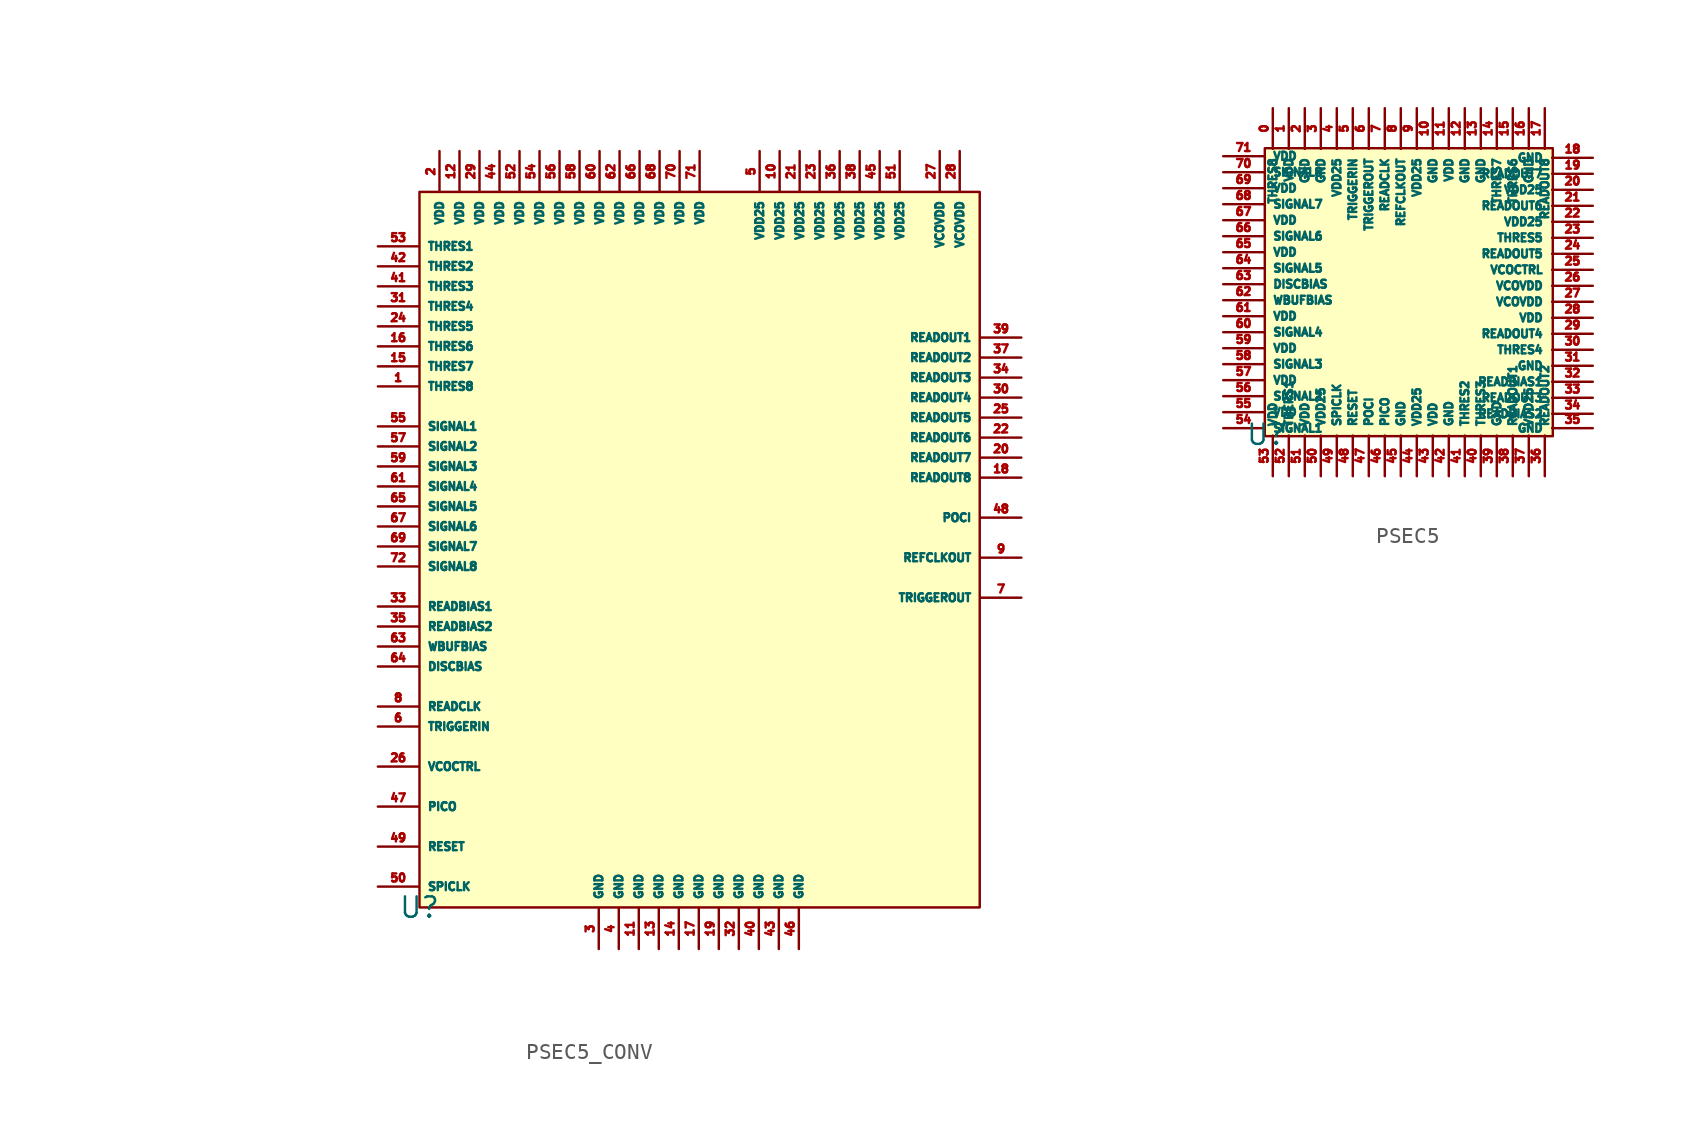
<source format=kicad_sym>
(kicad_symbol_lib
  (version 20220914)
  (generator kicad_symbol_editor)
  (symbol "PSEC5_CONV"
    (property "Reference" "U"
      (at 0 0 0)
      (effects (font (size 1.27 1.27))))
    (property "Value" ""
      (at -16.5 36.1 0)
      (effects (font (size 1.27 1.27))))
    (symbol "PSEC5_CONV_1_1"
      (rectangle (start 0 44.7) (end 35 0) (stroke (width 0) (type default)) (fill (type background)))
      (pin input line (at -2.6 32.55 0) (length 2.54) (name "THRES8" (effects (font (size 0.5 0.5)))) (number "1" (effects (font (size 0.5 0.5)))))
      (pin power_in line (at 22.5 47.25 270) (length 2.54) (name "VDD25" (effects (font (size 0.5 0.5)))) (number "10" (effects (font (size 0.5 0.5)))))
      (pin power_in line (at 13.7 -2.6 90) (length 2.54) (name "GND" (effects (font (size 0.5 0.5)))) (number "11" (effects (font (size 0.5 0.5)))))
      (pin power_in line (at 2.5 47.25 270) (length 2.54) (name "VDD" (effects (font (size 0.5 0.5)))) (number "12" (effects (font (size 0.5 0.5)))))
      (pin power_in line (at 14.95 -2.6 90) (length 2.54) (name "GND" (effects (font (size 0.5 0.5)))) (number "13" (effects (font (size 0.5 0.5)))))
      (pin power_in line (at 16.2 -2.6 90) (length 2.54) (name "GND" (effects (font (size 0.5 0.5)))) (number "14" (effects (font (size 0.5 0.5)))))
      (pin input line (at -2.6 33.8 0) (length 2.54) (name "THRES7" (effects (font (size 0.5 0.5)))) (number "15" (effects (font (size 0.5 0.5)))))
      (pin input line (at -2.6 35.05 0) (length 2.54) (name "THRES6" (effects (font (size 0.5 0.5)))) (number "16" (effects (font (size 0.5 0.5)))))
      (pin power_in line (at 17.45 -2.6 90) (length 2.54) (name "GND" (effects (font (size 0.5 0.5)))) (number "17" (effects (font (size 0.5 0.5)))))
      (pin output line (at 37.6 26.85 180) (length 2.54) (name "READOUT8" (effects (font (size 0.5 0.5)))) (number "18" (effects (font (size 0.5 0.5)))))
      (pin power_in line (at 18.7 -2.6 90) (length 2.54) (name "GND" (effects (font (size 0.5 0.5)))) (number "19" (effects (font (size 0.5 0.5)))))
      (pin power_in line (at 1.25 47.25 270) (length 2.54) (name "VDD" (effects (font (size 0.5 0.5)))) (number "2" (effects (font (size 0.5 0.5)))))
      (pin output line (at 37.6 28.1 180) (length 2.54) (name "READOUT7" (effects (font (size 0.5 0.5)))) (number "20" (effects (font (size 0.5 0.5)))))
      (pin power_in line (at 23.75 47.25 270) (length 2.54) (name "VDD25" (effects (font (size 0.5 0.5)))) (number "21" (effects (font (size 0.5 0.5)))))
      (pin output line (at 37.6 29.35 180) (length 2.54) (name "READOUT6" (effects (font (size 0.5 0.5)))) (number "22" (effects (font (size 0.5 0.5)))))
      (pin power_in line (at 25 47.25 270) (length 2.54) (name "VDD25" (effects (font (size 0.5 0.5)))) (number "23" (effects (font (size 0.5 0.5)))))
      (pin input line (at -2.6 36.3 0) (length 2.54) (name "THRES5" (effects (font (size 0.5 0.5)))) (number "24" (effects (font (size 0.5 0.5)))))
      (pin output line (at 37.6 30.6 180) (length 2.54) (name "READOUT5" (effects (font (size 0.5 0.5)))) (number "25" (effects (font (size 0.5 0.5)))))
      (pin input line (at -2.6 8.8 0) (length 2.54) (name "VCOCTRL" (effects (font (size 0.5 0.5)))) (number "26" (effects (font (size 0.5 0.5)))))
      (pin power_in line (at 32.5 47.25 270) (length 2.54) (name "VCOVDD" (effects (font (size 0.5 0.5)))) (number "27" (effects (font (size 0.5 0.5)))))
      (pin power_in line (at 33.75 47.25 270) (length 2.54) (name "VCOVDD" (effects (font (size 0.5 0.5)))) (number "28" (effects (font (size 0.5 0.5)))))
      (pin power_in line (at 3.75 47.25 270) (length 2.54) (name "VDD" (effects (font (size 0.5 0.5)))) (number "29" (effects (font (size 0.5 0.5)))))
      (pin power_in line (at 11.2 -2.6 90) (length 2.54) (name "GND" (effects (font (size 0.5 0.5)))) (number "3" (effects (font (size 0.5 0.5)))))
      (pin output line (at 37.6 31.85 180) (length 2.54) (name "READOUT4" (effects (font (size 0.5 0.5)))) (number "30" (effects (font (size 0.5 0.5)))))
      (pin input line (at -2.6 37.55 0) (length 2.54) (name "THRES4" (effects (font (size 0.5 0.5)))) (number "31" (effects (font (size 0.5 0.5)))))
      (pin power_in line (at 19.95 -2.6 90) (length 2.54) (name "GND" (effects (font (size 0.5 0.5)))) (number "32" (effects (font (size 0.5 0.5)))))
      (pin input line (at -2.6 18.8 0) (length 2.54) (name "READBIAS1" (effects (font (size 0.5 0.5)))) (number "33" (effects (font (size 0.5 0.5)))))
      (pin output line (at 37.6 33.1 180) (length 2.54) (name "READOUT3" (effects (font (size 0.5 0.5)))) (number "34" (effects (font (size 0.5 0.5)))))
      (pin input line (at -2.6 17.55 0) (length 2.54) (name "READBIAS2" (effects (font (size 0.5 0.5)))) (number "35" (effects (font (size 0.5 0.5)))))
      (pin power_in line (at 26.25 47.25 270) (length 2.54) (name "VDD25" (effects (font (size 0.5 0.5)))) (number "36" (effects (font (size 0.5 0.5)))))
      (pin output line (at 37.6 34.35 180) (length 2.54) (name "READOUT2" (effects (font (size 0.5 0.5)))) (number "37" (effects (font (size 0.5 0.5)))))
      (pin power_in line (at 27.5 47.25 270) (length 2.54) (name "VDD25" (effects (font (size 0.5 0.5)))) (number "38" (effects (font (size 0.5 0.5)))))
      (pin output line (at 37.6 35.6 180) (length 2.54) (name "READOUT1" (effects (font (size 0.5 0.5)))) (number "39" (effects (font (size 0.5 0.5)))))
      (pin power_in line (at 12.45 -2.6 90) (length 2.54) (name "GND" (effects (font (size 0.5 0.5)))) (number "4" (effects (font (size 0.5 0.5)))))
      (pin power_in line (at 21.2 -2.6 90) (length 2.54) (name "GND" (effects (font (size 0.5 0.5)))) (number "40" (effects (font (size 0.5 0.5)))))
      (pin input line (at -2.6 38.8 0) (length 2.54) (name "THRES3" (effects (font (size 0.5 0.5)))) (number "41" (effects (font (size 0.5 0.5)))))
      (pin input line (at -2.6 40.05 0) (length 2.54) (name "THRES2" (effects (font (size 0.5 0.5)))) (number "42" (effects (font (size 0.5 0.5)))))
      (pin power_in line (at 22.45 -2.6 90) (length 2.54) (name "GND" (effects (font (size 0.5 0.5)))) (number "43" (effects (font (size 0.5 0.5)))))
      (pin power_in line (at 5 47.25 270) (length 2.54) (name "VDD" (effects (font (size 0.5 0.5)))) (number "44" (effects (font (size 0.5 0.5)))))
      (pin power_in line (at 28.75 47.25 270) (length 2.54) (name "VDD25" (effects (font (size 0.5 0.5)))) (number "45" (effects (font (size 0.5 0.5)))))
      (pin power_in line (at 23.7 -2.6 90) (length 2.54) (name "GND" (effects (font (size 0.5 0.5)))) (number "46" (effects (font (size 0.5 0.5)))))
      (pin input line (at -2.6 6.3 0) (length 2.54) (name "PICO" (effects (font (size 0.5 0.5)))) (number "47" (effects (font (size 0.5 0.5)))))
      (pin output line (at 37.6 24.35 180) (length 2.54) (name "POCI" (effects (font (size 0.5 0.5)))) (number "48" (effects (font (size 0.5 0.5)))))
      (pin input line (at -2.6 3.8 0) (length 2.54) (name "RESET" (effects (font (size 0.5 0.5)))) (number "49" (effects (font (size 0.5 0.5)))))
      (pin power_in line (at 21.25 47.25 270) (length 2.54) (name "VDD25" (effects (font (size 0.5 0.5)))) (number "5" (effects (font (size 0.5 0.5)))))
      (pin input line (at -2.6 1.3 0) (length 2.54) (name "SPICLK" (effects (font (size 0.5 0.5)))) (number "50" (effects (font (size 0.5 0.5)))))
      (pin power_in line (at 30 47.25 270) (length 2.54) (name "VDD25" (effects (font (size 0.5 0.5)))) (number "51" (effects (font (size 0.5 0.5)))))
      (pin power_in line (at 6.25 47.25 270) (length 2.54) (name "VDD" (effects (font (size 0.5 0.5)))) (number "52" (effects (font (size 0.5 0.5)))))
      (pin input line (at -2.6 41.3 0) (length 2.54) (name "THRES1" (effects (font (size 0.5 0.5)))) (number "53" (effects (font (size 0.5 0.5)))))
      (pin power_in line (at 7.5 47.25 270) (length 2.54) (name "VDD" (effects (font (size 0.5 0.5)))) (number "54" (effects (font (size 0.5 0.5)))))
      (pin input line (at -2.6 30.05 0) (length 2.54) (name "SIGNAL1" (effects (font (size 0.5 0.5)))) (number "55" (effects (font (size 0.5 0.5)))))
      (pin power_in line (at 8.75 47.25 270) (length 2.54) (name "VDD" (effects (font (size 0.5 0.5)))) (number "56" (effects (font (size 0.5 0.5)))))
      (pin input line (at -2.6 28.8 0) (length 2.54) (name "SIGNAL2" (effects (font (size 0.5 0.5)))) (number "57" (effects (font (size 0.5 0.5)))))
      (pin power_in line (at 10 47.25 270) (length 2.54) (name "VDD" (effects (font (size 0.5 0.5)))) (number "58" (effects (font (size 0.5 0.5)))))
      (pin input line (at -2.6 27.55 0) (length 2.54) (name "SIGNAL3" (effects (font (size 0.5 0.5)))) (number "59" (effects (font (size 0.5 0.5)))))
      (pin input line (at -2.6 11.3 0) (length 2.54) (name "TRIGGERIN" (effects (font (size 0.5 0.5)))) (number "6" (effects (font (size 0.5 0.5)))))
      (pin power_in line (at 11.25 47.25 270) (length 2.54) (name "VDD" (effects (font (size 0.5 0.5)))) (number "60" (effects (font (size 0.5 0.5)))))
      (pin input line (at -2.6 26.3 0) (length 2.54) (name "SIGNAL4" (effects (font (size 0.5 0.5)))) (number "61" (effects (font (size 0.5 0.5)))))
      (pin power_in line (at 12.5 47.25 270) (length 2.54) (name "VDD" (effects (font (size 0.5 0.5)))) (number "62" (effects (font (size 0.5 0.5)))))
      (pin input line (at -2.6 16.3 0) (length 2.54) (name "WBUFBIAS" (effects (font (size 0.5 0.5)))) (number "63" (effects (font (size 0.5 0.5)))))
      (pin input line (at -2.6 15.05 0) (length 2.54) (name "DISCBIAS" (effects (font (size 0.5 0.5)))) (number "64" (effects (font (size 0.5 0.5)))))
      (pin input line (at -2.6 25.05 0) (length 2.54) (name "SIGNAL5" (effects (font (size 0.5 0.5)))) (number "65" (effects (font (size 0.5 0.5)))))
      (pin power_in line (at 13.75 47.25 270) (length 2.54) (name "VDD" (effects (font (size 0.5 0.5)))) (number "66" (effects (font (size 0.5 0.5)))))
      (pin input line (at -2.6 23.8 0) (length 2.54) (name "SIGNAL6" (effects (font (size 0.5 0.5)))) (number "67" (effects (font (size 0.5 0.5)))))
      (pin power_in line (at 15 47.25 270) (length 2.54) (name "VDD" (effects (font (size 0.5 0.5)))) (number "68" (effects (font (size 0.5 0.5)))))
      (pin input line (at -2.6 22.55 0) (length 2.54) (name "SIGNAL7" (effects (font (size 0.5 0.5)))) (number "69" (effects (font (size 0.5 0.5)))))
      (pin output line (at 37.6 19.35 180) (length 2.54) (name "TRIGGEROUT" (effects (font (size 0.5 0.5)))) (number "7" (effects (font (size 0.5 0.5)))))
      (pin power_in line (at 16.25 47.25 270) (length 2.54) (name "VDD" (effects (font (size 0.5 0.5)))) (number "70" (effects (font (size 0.5 0.5)))))
      (pin power_in line (at 17.5 47.25 270) (length 2.54) (name "VDD" (effects (font (size 0.5 0.5)))) (number "71" (effects (font (size 0.5 0.5)))))
      (pin input line (at -2.6 21.3 0) (length 2.54) (name "SIGNAL8" (effects (font (size 0.5 0.5)))) (number "72" (effects (font (size 0.5 0.5)))))
      (pin input line (at -2.6 12.55 0) (length 2.54) (name "READCLK" (effects (font (size 0.5 0.5)))) (number "8" (effects (font (size 0.5 0.5)))))
      (pin output line (at 37.6 21.85 180) (length 2.54) (name "REFCLKOUT" (effects (font (size 0.5 0.5)))) (number "9" (effects (font (size 0.5 0.5)))))))
  (symbol "PSEC5"
    (property "Reference" "U"
      (at -8.9 -8.9 0)
      (effects (font (size 1.27 1.27))))
    (property "Value" ""
      (at -9 -11.5 0)
      (effects (font (size 1.27 1.27))))
    (symbol "PSEC5_1_1"
      (rectangle (start -9 9) (end 9 -9) (stroke (width 0) (type default)) (fill (type background)))
      (pin input line (at -8.5 11.5 270) (length 2.54) (name "THRES8" (effects (font (size 0.5 0.5)))) (number "0" (effects (font (size 0.5 0.5)))))
      (pin power_in line (at -7.5 11.5 270) (length 2.54) (name "VDD" (effects (font (size 0.5 0.5)))) (number "1" (effects (font (size 0.5 0.5)))))
      (pin power_in line (at 1.5 11.5 270) (length 2.54) (name "GND" (effects (font (size 0.5 0.5)))) (number "10" (effects (font (size 0.5 0.5)))))
      (pin power_in line (at 2.5 11.5 270) (length 2.54) (name "VDD" (effects (font (size 0.5 0.5)))) (number "11" (effects (font (size 0.5 0.5)))))
      (pin power_in line (at 3.5 11.5 270) (length 2.54) (name "GND" (effects (font (size 0.5 0.5)))) (number "12" (effects (font (size 0.5 0.5)))))
      (pin power_in line (at 4.5 11.5 270) (length 2.54) (name "GND" (effects (font (size 0.5 0.5)))) (number "13" (effects (font (size 0.5 0.5)))))
      (pin input line (at 5.5 11.5 270) (length 2.54) (name "THRES7" (effects (font (size 0.5 0.5)))) (number "14" (effects (font (size 0.5 0.5)))))
      (pin input line (at 6.5 11.5 270) (length 2.54) (name "THRES6" (effects (font (size 0.5 0.5)))) (number "15" (effects (font (size 0.5 0.5)))))
      (pin power_in line (at 7.5 11.5 270) (length 2.54) (name "GND" (effects (font (size 0.5 0.5)))) (number "16" (effects (font (size 0.5 0.5)))))
      (pin output line (at 8.5 11.5 270) (length 2.54) (name "READOUT8" (effects (font (size 0.5 0.5)))) (number "17" (effects (font (size 0.5 0.5)))))
      (pin power_in line (at 11.5 8.4 180) (length 2.54) (name "GND" (effects (font (size 0.5 0.5)))) (number "18" (effects (font (size 0.5 0.5)))))
      (pin output line (at 11.5 7.4 180) (length 2.54) (name "READOUT7" (effects (font (size 0.5 0.5)))) (number "19" (effects (font (size 0.5 0.5)))))
      (pin power_in line (at -6.5 11.5 270) (length 2.54) (name "GND" (effects (font (size 0.5 0.5)))) (number "2" (effects (font (size 0.5 0.5)))))
      (pin power_in line (at 11.5 6.4 180) (length 2.54) (name "VDD25" (effects (font (size 0.5 0.5)))) (number "20" (effects (font (size 0.5 0.5)))))
      (pin output line (at 11.5 5.4 180) (length 2.54) (name "READOUT6" (effects (font (size 0.5 0.5)))) (number "21" (effects (font (size 0.5 0.5)))))
      (pin power_in line (at 11.5 4.4 180) (length 2.54) (name "VDD25" (effects (font (size 0.5 0.5)))) (number "22" (effects (font (size 0.5 0.5)))))
      (pin input line (at 11.5 3.4 180) (length 2.54) (name "THRES5" (effects (font (size 0.5 0.5)))) (number "23" (effects (font (size 0.5 0.5)))))
      (pin output line (at 11.5 2.4 180) (length 2.54) (name "READOUT5" (effects (font (size 0.5 0.5)))) (number "24" (effects (font (size 0.5 0.5)))))
      (pin input line (at 11.5 1.4 180) (length 2.54) (name "VCOCTRL" (effects (font (size 0.5 0.5)))) (number "25" (effects (font (size 0.5 0.5)))))
      (pin power_in line (at 11.5 0.4 180) (length 2.54) (name "VCOVDD" (effects (font (size 0.5 0.5)))) (number "26" (effects (font (size 0.5 0.5)))))
      (pin power_in line (at 11.5 -0.6 180) (length 2.54) (name "VCOVDD" (effects (font (size 0.5 0.5)))) (number "27" (effects (font (size 0.5 0.5)))))
      (pin power_in line (at 11.5 -1.6 180) (length 2.54) (name "VDD" (effects (font (size 0.5 0.5)))) (number "28" (effects (font (size 0.5 0.5)))))
      (pin output line (at 11.5 -2.6 180) (length 2.54) (name "READOUT4" (effects (font (size 0.5 0.5)))) (number "29" (effects (font (size 0.5 0.5)))))
      (pin power_in line (at -5.5 11.5 270) (length 2.54) (name "GND" (effects (font (size 0.5 0.5)))) (number "3" (effects (font (size 0.5 0.5)))))
      (pin input line (at 11.5 -3.6 180) (length 2.54) (name "THRES4" (effects (font (size 0.5 0.5)))) (number "30" (effects (font (size 0.5 0.5)))))
      (pin power_in line (at 11.5 -4.6 180) (length 2.54) (name "GND" (effects (font (size 0.5 0.5)))) (number "31" (effects (font (size 0.5 0.5)))))
      (pin input line (at 11.5 -5.6 180) (length 2.54) (name "READBIAS1" (effects (font (size 0.5 0.5)))) (number "32" (effects (font (size 0.5 0.5)))))
      (pin output line (at 11.5 -6.6 180) (length 2.54) (name "READOUT3" (effects (font (size 0.5 0.5)))) (number "33" (effects (font (size 0.5 0.5)))))
      (pin input line (at 11.5 -7.6 180) (length 2.54) (name "READBIAS2" (effects (font (size 0.5 0.5)))) (number "34" (effects (font (size 0.5 0.5)))))
      (pin power_in line (at 11.5 -8.5 180) (length 2.54) (name "GND" (effects (font (size 0.5 0.5)))) (number "35" (effects (font (size 0.5 0.5)))))
      (pin output line (at 8.5 -11.5 90) (length 2.54) (name "READOUT2" (effects (font (size 0.5 0.5)))) (number "36" (effects (font (size 0.5 0.5)))))
      (pin power_in line (at 7.5 -11.5 90) (length 2.54) (name "VDD25" (effects (font (size 0.5 0.5)))) (number "37" (effects (font (size 0.5 0.5)))))
      (pin output line (at 6.5 -11.5 90) (length 2.54) (name "READOUT1" (effects (font (size 0.5 0.5)))) (number "38" (effects (font (size 0.5 0.5)))))
      (pin power_in line (at 5.5 -11.5 90) (length 2.54) (name "GND" (effects (font (size 0.5 0.5)))) (number "39" (effects (font (size 0.5 0.5)))))
      (pin power_in line (at -4.5 11.5 270) (length 2.54) (name "VDD25" (effects (font (size 0.5 0.5)))) (number "4" (effects (font (size 0.5 0.5)))))
      (pin input line (at 4.5 -11.5 90) (length 2.54) (name "THRES3" (effects (font (size 0.5 0.5)))) (number "40" (effects (font (size 0.5 0.5)))))
      (pin input line (at 3.5 -11.5 90) (length 2.54) (name "THRES2" (effects (font (size 0.5 0.5)))) (number "41" (effects (font (size 0.5 0.5)))))
      (pin power_in line (at 2.5 -11.5 90) (length 2.54) (name "GND" (effects (font (size 0.5 0.5)))) (number "42" (effects (font (size 0.5 0.5)))))
      (pin power_in line (at 1.5 -11.5 90) (length 2.54) (name "VDD" (effects (font (size 0.5 0.5)))) (number "43" (effects (font (size 0.5 0.5)))))
      (pin power_in line (at 0.5 -11.5 90) (length 2.54) (name "VDD25" (effects (font (size 0.5 0.5)))) (number "44" (effects (font (size 0.5 0.5)))))
      (pin power_in line (at -0.5 -11.5 90) (length 2.54) (name "GND" (effects (font (size 0.5 0.5)))) (number "45" (effects (font (size 0.5 0.5)))))
      (pin input line (at -1.5 -11.5 90) (length 2.54) (name "PICO" (effects (font (size 0.5 0.5)))) (number "46" (effects (font (size 0.5 0.5)))))
      (pin output line (at -2.5 -11.5 90) (length 2.54) (name "POCI" (effects (font (size 0.5 0.5)))) (number "47" (effects (font (size 0.5 0.5)))))
      (pin input line (at -3.5 -11.5 90) (length 2.54) (name "RESET" (effects (font (size 0.5 0.5)))) (number "48" (effects (font (size 0.5 0.5)))))
      (pin input line (at -4.5 -11.5 90) (length 2.54) (name "SPICLK" (effects (font (size 0.5 0.5)))) (number "49" (effects (font (size 0.5 0.5)))))
      (pin input line (at -3.5 11.5 270) (length 2.54) (name "TRIGGERIN" (effects (font (size 0.5 0.5)))) (number "5" (effects (font (size 0.5 0.5)))))
      (pin power_in line (at -5.5 -11.5 90) (length 2.54) (name "VDD25" (effects (font (size 0.5 0.5)))) (number "50" (effects (font (size 0.5 0.5)))))
      (pin power_in line (at -6.5 -11.5 90) (length 2.54) (name "VDD" (effects (font (size 0.5 0.5)))) (number "51" (effects (font (size 0.5 0.5)))))
      (pin input line (at -7.5 -11.5 90) (length 2.54) (name "THERS1" (effects (font (size 0.5 0.5)))) (number "52" (effects (font (size 0.5 0.5)))))
      (pin power_in line (at -8.5 -11.5 90) (length 2.54) (name "VDD" (effects (font (size 0.5 0.5)))) (number "53" (effects (font (size 0.5 0.5)))))
      (pin input line (at -11.6 -8.5 0) (length 2.54) (name "SIGNAL1" (effects (font (size 0.5 0.5)))) (number "54" (effects (font (size 0.5 0.5)))))
      (pin power_in line (at -11.6 -7.5 0) (length 2.54) (name "VDD" (effects (font (size 0.5 0.5)))) (number "55" (effects (font (size 0.5 0.5)))))
      (pin input line (at -11.6 -6.5 0) (length 2.54) (name "SIGNAL2" (effects (font (size 0.5 0.5)))) (number "56" (effects (font (size 0.5 0.5)))))
      (pin power_in line (at -11.6 -5.5 0) (length 2.54) (name "VDD" (effects (font (size 0.5 0.5)))) (number "57" (effects (font (size 0.5 0.5)))))
      (pin input line (at -11.6 -4.5 0) (length 2.54) (name "SIGNAL3" (effects (font (size 0.5 0.5)))) (number "58" (effects (font (size 0.5 0.5)))))
      (pin power_in line (at -11.6 -3.5 0) (length 2.54) (name "VDD" (effects (font (size 0.5 0.5)))) (number "59" (effects (font (size 0.5 0.5)))))
      (pin output line (at -2.5 11.5 270) (length 2.54) (name "TRIGGEROUT" (effects (font (size 0.5 0.5)))) (number "6" (effects (font (size 0.5 0.5)))))
      (pin input line (at -11.6 -2.5 0) (length 2.54) (name "SIGNAL4" (effects (font (size 0.5 0.5)))) (number "60" (effects (font (size 0.5 0.5)))))
      (pin power_in line (at -11.6 -1.5 0) (length 2.54) (name "VDD" (effects (font (size 0.5 0.5)))) (number "61" (effects (font (size 0.5 0.5)))))
      (pin input line (at -11.6 -0.5 0) (length 2.54) (name "WBUFBIAS" (effects (font (size 0.5 0.5)))) (number "62" (effects (font (size 0.5 0.5)))))
      (pin input line (at -11.6 0.5 0) (length 2.54) (name "DISCBIAS" (effects (font (size 0.5 0.5)))) (number "63" (effects (font (size 0.5 0.5)))))
      (pin input line (at -11.6 1.5 0) (length 2.54) (name "SIGNAL5" (effects (font (size 0.5 0.5)))) (number "64" (effects (font (size 0.5 0.5)))))
      (pin power_in line (at -11.6 2.5 0) (length 2.54) (name "VDD" (effects (font (size 0.5 0.5)))) (number "65" (effects (font (size 0.5 0.5)))))
      (pin input line (at -11.6 3.5 0) (length 2.54) (name "SIGNAL6" (effects (font (size 0.5 0.5)))) (number "66" (effects (font (size 0.5 0.5)))))
      (pin power_in line (at -11.6 4.5 0) (length 2.54) (name "VDD" (effects (font (size 0.5 0.5)))) (number "67" (effects (font (size 0.5 0.5)))))
      (pin input line (at -11.6 5.5 0) (length 2.54) (name "SIGNAL7" (effects (font (size 0.5 0.5)))) (number "68" (effects (font (size 0.5 0.5)))))
      (pin power_in line (at -11.6 6.5 0) (length 2.54) (name "VDD" (effects (font (size 0.5 0.5)))) (number "69" (effects (font (size 0.5 0.5)))))
      (pin input line (at -1.5 11.5 270) (length 2.54) (name "READCLK" (effects (font (size 0.5 0.5)))) (number "7" (effects (font (size 0.5 0.5)))))
      (pin input line (at -11.6 7.5 0) (length 2.54) (name "SIGNAL8" (effects (font (size 0.5 0.5)))) (number "70" (effects (font (size 0.5 0.5)))))
      (pin power_in line (at -11.6 8.5 0) (length 2.54) (name "VDD" (effects (font (size 0.5 0.5)))) (number "71" (effects (font (size 0.5 0.5)))))
      (pin output line (at -0.5 11.5 270) (length 2.54) (name "REFCLKOUT" (effects (font (size 0.5 0.5)))) (number "8" (effects (font (size 0.5 0.5)))))
      (pin power_in line (at 0.5 11.5 270) (length 2.54) (name "VDD25" (effects (font (size 0.5 0.5)))) (number "9" (effects (font (size 0.5 0.5))))))))
</source>
